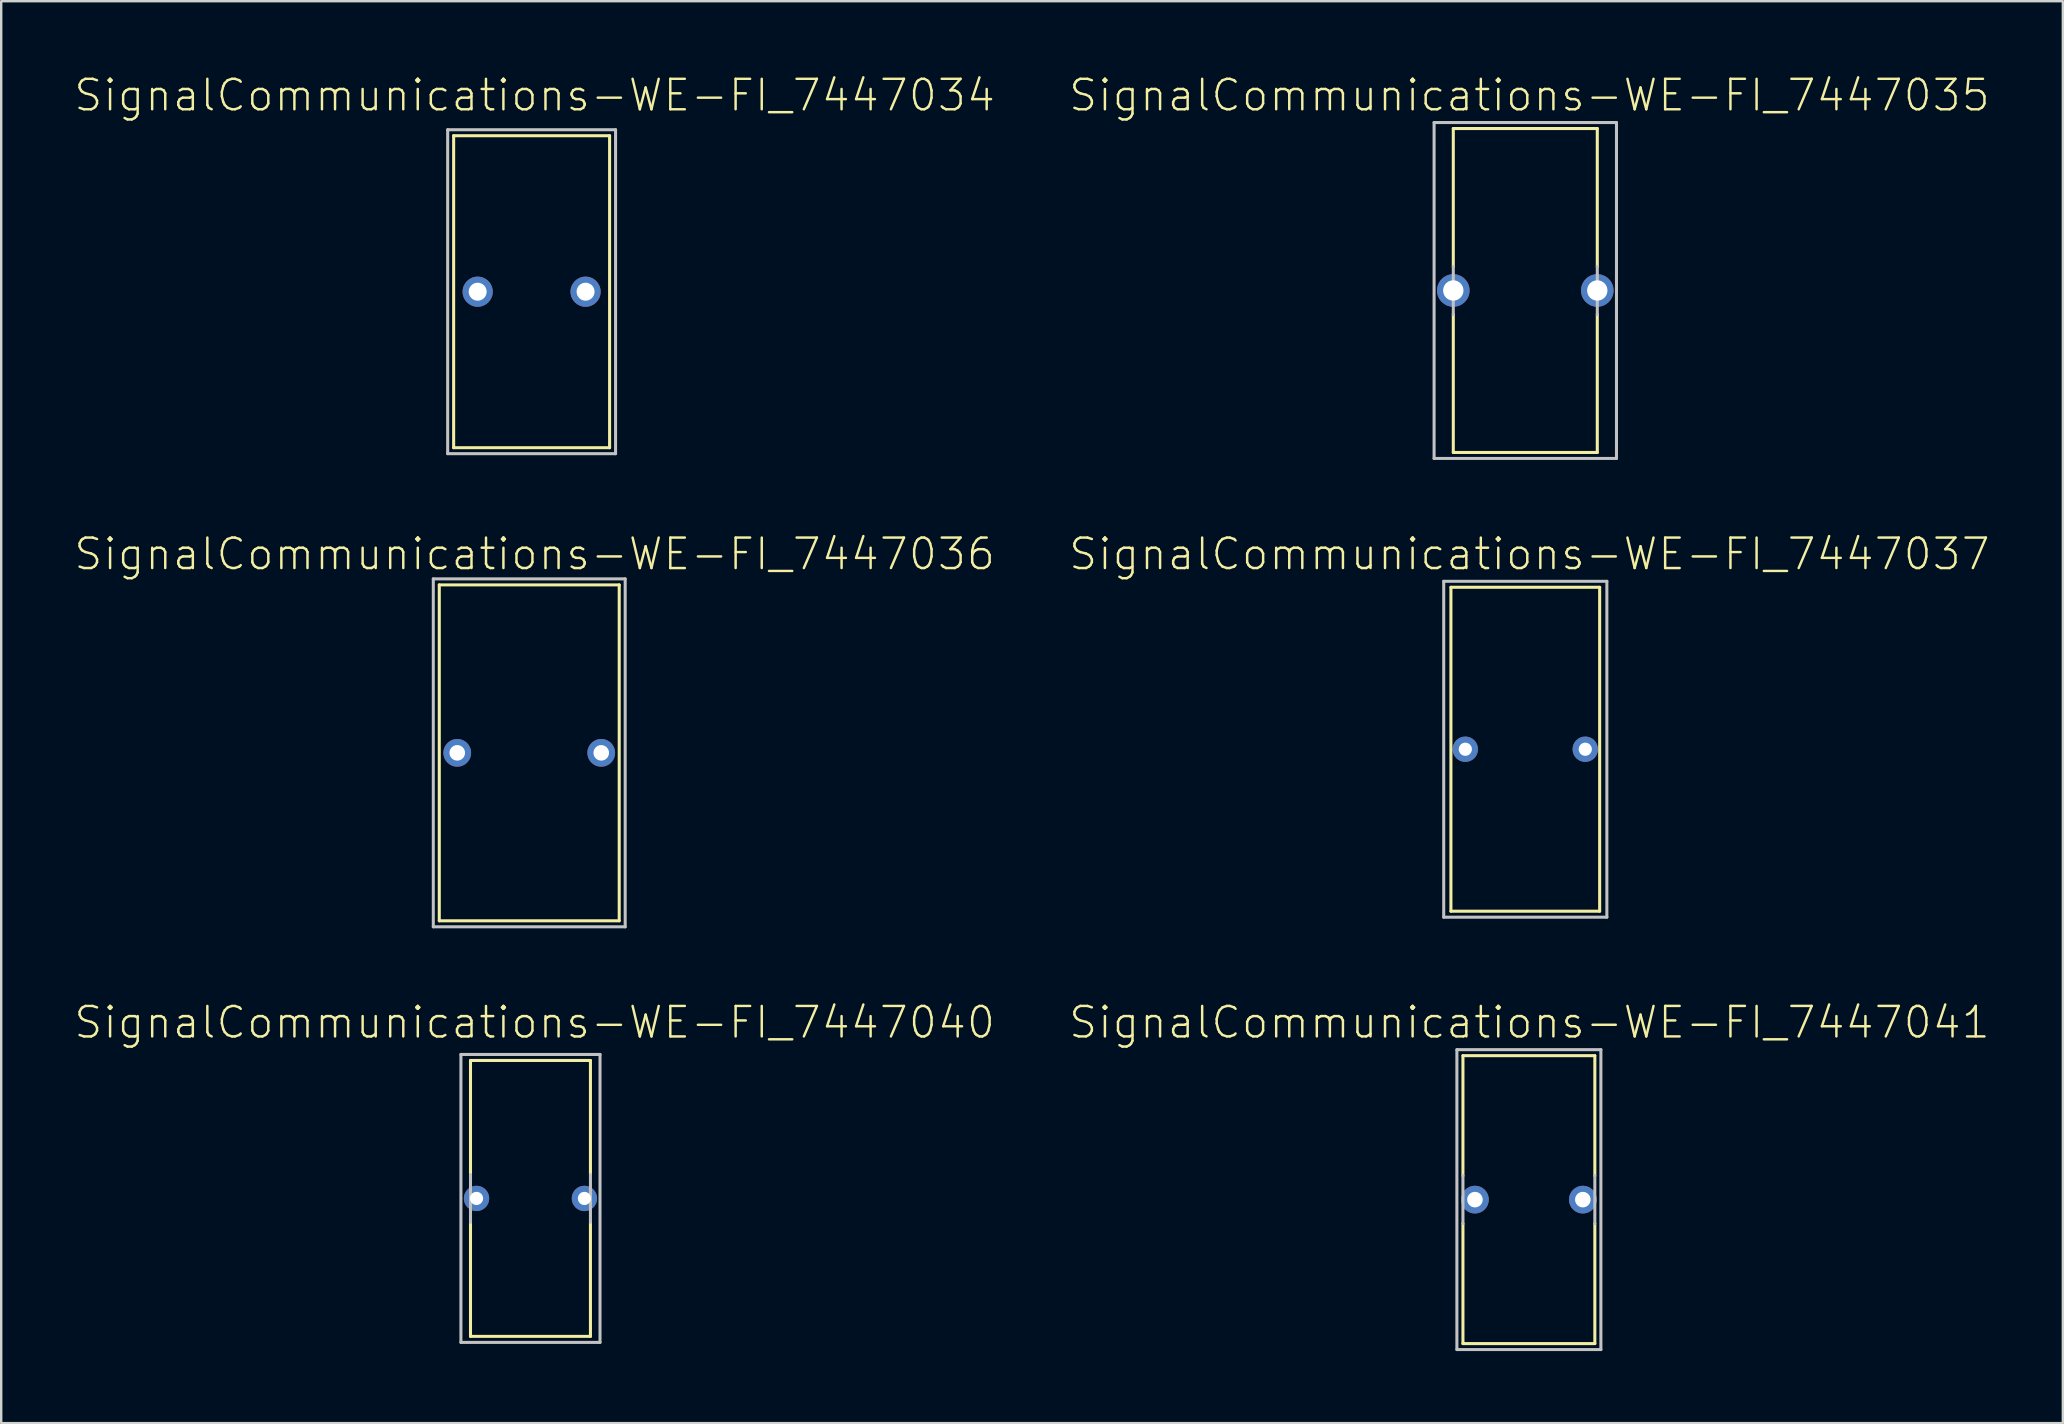
<source format=kicad_pcb>
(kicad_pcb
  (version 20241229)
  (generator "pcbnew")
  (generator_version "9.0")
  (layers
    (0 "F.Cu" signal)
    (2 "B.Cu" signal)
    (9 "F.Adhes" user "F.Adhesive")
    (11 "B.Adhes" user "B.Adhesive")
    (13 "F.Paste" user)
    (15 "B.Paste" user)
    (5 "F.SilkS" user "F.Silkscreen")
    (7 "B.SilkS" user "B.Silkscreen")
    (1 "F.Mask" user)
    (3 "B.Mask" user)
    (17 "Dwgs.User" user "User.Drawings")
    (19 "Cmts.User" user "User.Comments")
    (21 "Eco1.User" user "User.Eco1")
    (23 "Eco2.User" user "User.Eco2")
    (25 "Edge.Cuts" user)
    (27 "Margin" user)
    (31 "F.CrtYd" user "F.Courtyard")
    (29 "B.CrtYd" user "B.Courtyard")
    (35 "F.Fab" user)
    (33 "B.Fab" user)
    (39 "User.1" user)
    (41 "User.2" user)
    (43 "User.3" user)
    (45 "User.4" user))
  (footprint "SignalCommunications-WE-FI_7447034"
    (layer "F.Cu")
    (at 19.102 9.105)
    (property "Reference" "SignalCommunications-WE-FI_7447034" (at 0.124 -8.184 0) (layer "F.SilkS") (effects (font (size 1.27 1.27) (thickness 0.102))))
    (attr exclude_from_pos_files exclude_from_bom)
    (fp_line (start -3.249 -6.5) (end 3.249 -6.5) (stroke (width 0.127) (type solid)) (layer "F.SilkS"))
    (fp_line (start -3.249 6.5) (end -3.249 -6.5) (stroke (width 0.127) (type solid)) (layer "F.SilkS"))
    (fp_line (start 3.249 -6.5) (end 3.249 6.5) (stroke (width 0.127) (type solid)) (layer "F.SilkS"))
    (fp_line (start 3.249 6.5) (end -3.249 6.5) (stroke (width 0.127) (type solid)) (layer "F.SilkS"))
    (fp_line (start -3.498 -6.749) (end 3.498 -6.749) (stroke (width 0.127) (type solid)) (layer "Dwgs.User"))
    (fp_line (start -3.498 6.749) (end -3.498 -6.749) (stroke (width 0.127) (type solid)) (layer "Dwgs.User"))
    (fp_line (start 3.498 -6.749) (end 3.498 6.749) (stroke (width 0.127) (type solid)) (layer "Dwgs.User"))
    (fp_line (start 3.498 6.749) (end -3.498 6.749) (stroke (width 0.127) (type solid)) (layer "Dwgs.User"))
    (pad "1" thru_hole circle (at -2.248 0) (size 1.257 1.257) (drill 0.749) (layers "*.Cu" "*.Paste" "*.Mask"))
    (pad "2" thru_hole circle (at 2.248 0) (size 1.257 1.257) (drill 0.749) (layers "*.Cu" "*.Paste" "*.Mask")))
  (footprint "SignalCommunications-WE-FI_7447035"
    (layer "F.Cu")
    (at 60.507 9.054)
    (property "Reference" "SignalCommunications-WE-FI_7447035" (at 0.173 -8.133 0) (layer "F.SilkS") (effects (font (size 1.27 1.27) (thickness 0.102))))
    (attr exclude_from_pos_files exclude_from_bom)
    (fp_line (start -3 -6.749) (end 3 -6.749) (stroke (width 0.127) (type solid)) (layer "F.SilkS"))
    (fp_line (start -3 -0.998) (end -3 -6.749) (stroke (width 0.127) (type solid)) (layer "F.SilkS"))
    (fp_line (start -3 0.998) (end -3 6.749) (stroke (width 0.127) (type solid)) (layer "F.SilkS"))
    (fp_line (start 3 -0.998) (end 3 -6.749) (stroke (width 0.127) (type solid)) (layer "F.SilkS"))
    (fp_line (start 3 0.998) (end 3 6.749) (stroke (width 0.127) (type solid)) (layer "F.SilkS"))
    (fp_line (start 3 6.749) (end -3 6.749) (stroke (width 0.127) (type solid)) (layer "F.SilkS"))
    (fp_line (start -3.8 -6.998) (end 3.8 -6.998) (stroke (width 0.127) (type solid)) (layer "Dwgs.User"))
    (fp_line (start -3.8 6.998) (end -3.8 -6.998) (stroke (width 0.127) (type solid)) (layer "Dwgs.User"))
    (fp_line (start -3 -0.998) (end -3 0.998) (stroke (width 0.127) (type solid)) (layer "Dwgs.User"))
    (fp_line (start 3 -0.998) (end 3 0.998) (stroke (width 0.127) (type solid)) (layer "Dwgs.User"))
    (fp_line (start 3.8 -6.998) (end 3.8 6.998) (stroke (width 0.127) (type solid)) (layer "Dwgs.User"))
    (fp_line (start 3.8 6.998) (end -3.8 6.998) (stroke (width 0.127) (type solid)) (layer "Dwgs.User"))
    (pad "1" thru_hole circle (at -3 0) (size 1.356 1.356) (drill 0.848) (layers "*.Cu" "*.Paste" "*.Mask"))
    (pad "2" thru_hole circle (at 3 0) (size 1.356 1.356) (drill 0.848) (layers "*.Cu" "*.Paste" "*.Mask")))
  (footprint "SignalCommunications-WE-FI_7447037"
    (layer "F.Cu")
    (at 60.507 28.17)
    (property "Reference" "SignalCommunications-WE-FI_7447037" (at 0.173 -8.133 0) (layer "F.SilkS") (effects (font (size 1.27 1.27) (thickness 0.102))))
    (attr exclude_from_pos_files exclude_from_bom)
    (fp_line (start -3.099 -6.749) (end 3.099 -6.749) (stroke (width 0.127) (type solid)) (layer "F.SilkS"))
    (fp_line (start -3.099 6.749) (end -3.099 -6.749) (stroke (width 0.127) (type solid)) (layer "F.SilkS"))
    (fp_line (start 3.099 -6.749) (end 3.099 6.749) (stroke (width 0.127) (type solid)) (layer "F.SilkS"))
    (fp_line (start 3.099 6.749) (end -3.099 6.749) (stroke (width 0.127) (type solid)) (layer "F.SilkS"))
    (fp_line (start -3.399 -6.998) (end 3.399 -6.998) (stroke (width 0.127) (type solid)) (layer "Dwgs.User"))
    (fp_line (start -3.399 6.998) (end -3.399 -6.998) (stroke (width 0.127) (type solid)) (layer "Dwgs.User"))
    (fp_line (start 3.399 -6.998) (end 3.399 6.998) (stroke (width 0.127) (type solid)) (layer "Dwgs.User"))
    (fp_line (start 3.399 6.998) (end -3.399 6.998) (stroke (width 0.127) (type solid)) (layer "Dwgs.User"))
    (pad "1" thru_hole circle (at -2.499 0) (size 1.057 1.057) (drill 0.549) (layers "*.Cu" "*.Paste" "*.Mask"))
    (pad "2" thru_hole circle (at 2.499 0) (size 1.057 1.057) (drill 0.549) (layers "*.Cu" "*.Paste" "*.Mask")))
  (footprint "SignalCommunications-WE-FI_7447040"
    (layer "F.Cu")
    (at 19.054 46.887)
    (property "Reference" "SignalCommunications-WE-FI_7447040" (at 0.173 -7.333 0) (layer "F.SilkS") (effects (font (size 1.27 1.27) (thickness 0.102))))
    (attr exclude_from_pos_files exclude_from_bom)
    (fp_line (start -2.499 -5.748) (end 2.499 -5.748) (stroke (width 0.127) (type solid)) (layer "F.SilkS"))
    (fp_line (start -2.499 -0.998) (end -2.499 -5.748) (stroke (width 0.127) (type solid)) (layer "F.SilkS"))
    (fp_line (start -2.499 0.998) (end -2.499 5.748) (stroke (width 0.127) (type solid)) (layer "F.SilkS"))
    (fp_line (start 2.499 -0.998) (end 2.499 -5.748) (stroke (width 0.127) (type solid)) (layer "F.SilkS"))
    (fp_line (start 2.499 0.998) (end 2.499 5.748) (stroke (width 0.127) (type solid)) (layer "F.SilkS"))
    (fp_line (start 2.499 5.748) (end -2.499 5.748) (stroke (width 0.127) (type solid)) (layer "F.SilkS"))
    (fp_line (start -2.898 -5.999) (end 2.898 -5.999) (stroke (width 0.127) (type solid)) (layer "Dwgs.User"))
    (fp_line (start -2.898 5.999) (end -2.898 -5.999) (stroke (width 0.127) (type solid)) (layer "Dwgs.User"))
    (fp_line (start -2.499 0.998) (end -2.499 -0.998) (stroke (width 0.127) (type solid)) (layer "Dwgs.User"))
    (fp_line (start 2.499 0.998) (end 2.499 -0.998) (stroke (width 0.127) (type solid)) (layer "Dwgs.User"))
    (fp_line (start 2.898 -5.999) (end 2.898 5.999) (stroke (width 0.127) (type solid)) (layer "Dwgs.User"))
    (fp_line (start 2.898 5.999) (end -2.898 5.999) (stroke (width 0.127) (type solid)) (layer "Dwgs.User"))
    (pad "1" thru_hole circle (at -2.248 0) (size 1.057 1.057) (drill 0.549) (layers "*.Cu" "*.Paste" "*.Mask"))
    (pad "2" thru_hole circle (at 2.248 0) (size 1.057 1.057) (drill 0.549) (layers "*.Cu" "*.Paste" "*.Mask")))
  (footprint "SignalCommunications-WE-FI_7447036"
    (layer "F.Cu")
    (at 19.003 28.32)
    (property "Reference" "SignalCommunications-WE-FI_7447036" (at 0.224 -8.283 0) (layer "F.SilkS") (effects (font (size 1.27 1.27) (thickness 0.102))))
    (attr exclude_from_pos_files exclude_from_bom)
    (fp_line (start -3.749 -6.998) (end 3.749 -6.998) (stroke (width 0.127) (type solid)) (layer "F.SilkS"))
    (fp_line (start -3.749 6.998) (end -3.749 -6.998) (stroke (width 0.127) (type solid)) (layer "F.SilkS"))
    (fp_line (start 3.749 -6.998) (end 3.749 6.998) (stroke (width 0.127) (type solid)) (layer "F.SilkS"))
    (fp_line (start 3.749 6.998) (end -3.749 6.998) (stroke (width 0.127) (type solid)) (layer "F.SilkS"))
    (fp_line (start -3.998 -7.249) (end 3.998 -7.249) (stroke (width 0.127) (type solid)) (layer "Dwgs.User"))
    (fp_line (start -3.998 7.249) (end -3.998 -7.249) (stroke (width 0.127) (type solid)) (layer "Dwgs.User"))
    (fp_line (start 3.998 -7.249) (end 3.998 7.249) (stroke (width 0.127) (type solid)) (layer "Dwgs.User"))
    (fp_line (start 3.998 7.249) (end -3.998 7.249) (stroke (width 0.127) (type solid)) (layer "Dwgs.User"))
    (pad "1" thru_hole circle (at -3 0) (size 1.156 1.156) (drill 0.648) (layers "*.Cu" "*.Paste" "*.Mask"))
    (pad "2" thru_hole circle (at 3 0) (size 1.156 1.156) (drill 0.648) (layers "*.Cu" "*.Paste" "*.Mask")))
  (footprint "SignalCommunications-WE-FI_7447041"
    (layer "F.Cu")
    (at 60.657 46.937)
    (property "Reference" "SignalCommunications-WE-FI_7447041" (at 0.023 -7.384 0) (layer "F.SilkS") (effects (font (size 1.27 1.27) (thickness 0.102))))
    (attr exclude_from_pos_files exclude_from_bom)
    (fp_line (start -2.748 -5.999) (end 2.748 -5.999) (stroke (width 0.127) (type solid)) (layer "F.SilkS"))
    (fp_line (start -2.748 -0.998) (end -2.748 -5.999) (stroke (width 0.127) (type solid)) (layer "F.SilkS"))
    (fp_line (start -2.748 0.998) (end -2.748 5.999) (stroke (width 0.127) (type solid)) (layer "F.SilkS"))
    (fp_line (start 2.748 -0.998) (end 2.748 -5.999) (stroke (width 0.127) (type solid)) (layer "F.SilkS"))
    (fp_line (start 2.748 0.998) (end 2.748 5.999) (stroke (width 0.127) (type solid)) (layer "F.SilkS"))
    (fp_line (start 2.748 5.999) (end -2.748 5.999) (stroke (width 0.127) (type solid)) (layer "F.SilkS"))
    (fp_line (start -3 -6.248) (end 3 -6.248) (stroke (width 0.127) (type solid)) (layer "Dwgs.User"))
    (fp_line (start -3 6.248) (end -3 -6.248) (stroke (width 0.127) (type solid)) (layer "Dwgs.User"))
    (fp_line (start -2.748 0.998) (end -2.748 -0.998) (stroke (width 0.127) (type solid)) (layer "Dwgs.User"))
    (fp_line (start 2.748 0.998) (end 2.748 -0.998) (stroke (width 0.127) (type solid)) (layer "Dwgs.User"))
    (fp_line (start 3 -6.248) (end 3 6.248) (stroke (width 0.127) (type solid)) (layer "Dwgs.User"))
    (fp_line (start 3 6.248) (end -3 6.248) (stroke (width 0.127) (type solid)) (layer "Dwgs.User"))
    (pad "1" thru_hole circle (at -2.248 0) (size 1.156 1.156) (drill 0.648) (layers "*.Cu" "*.Paste" "*.Mask"))
    (pad "2" thru_hole circle (at 2.248 0) (size 1.156 1.156) (drill 0.648) (layers "*.Cu" "*.Paste" "*.Mask")))
  (gr_rect
    (start -3 -3)
    (end 82.906 56.249)
    (stroke (width 0.1) (type default))
    (fill no)
    (layer "Edge.Cuts")))
</source>
